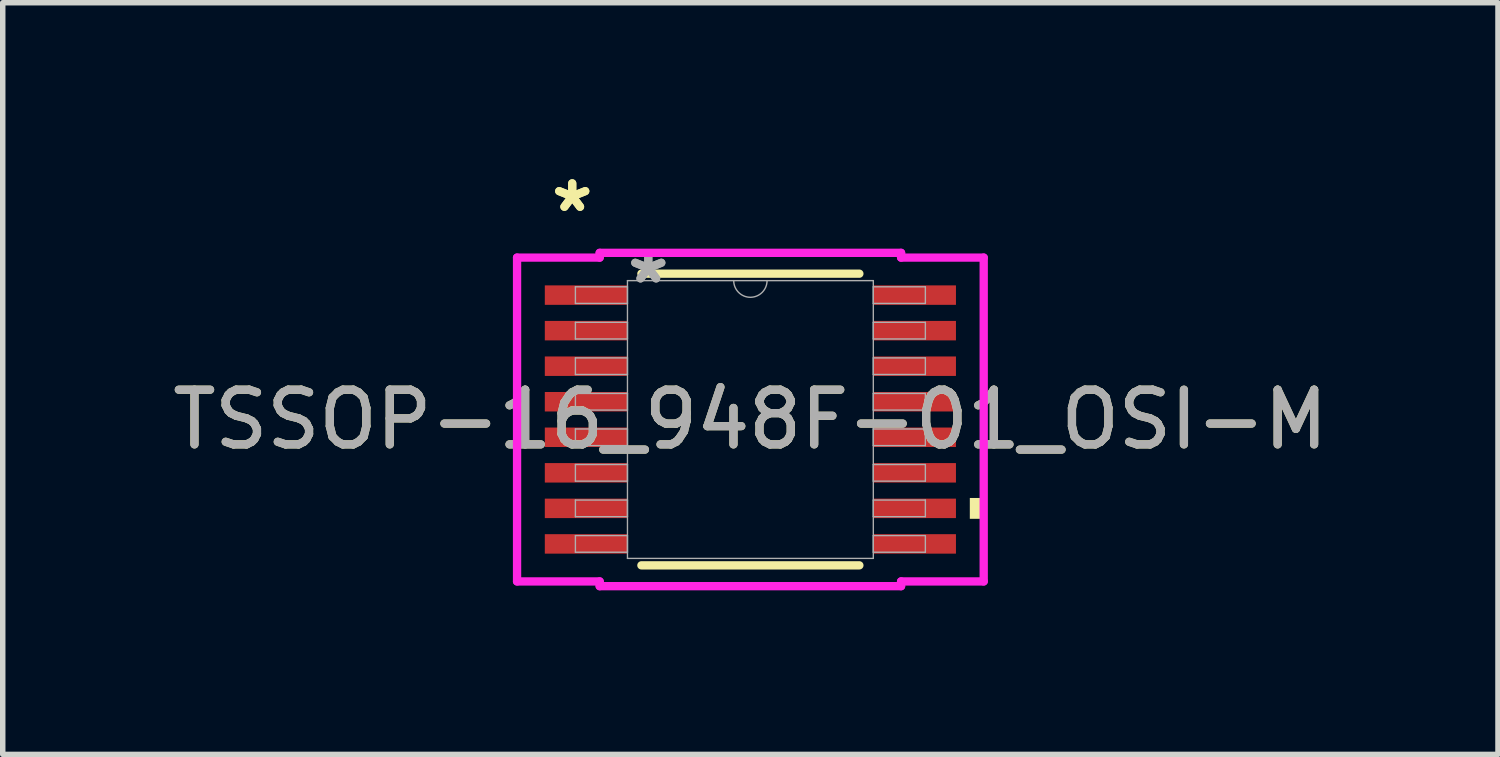
<source format=kicad_pcb>
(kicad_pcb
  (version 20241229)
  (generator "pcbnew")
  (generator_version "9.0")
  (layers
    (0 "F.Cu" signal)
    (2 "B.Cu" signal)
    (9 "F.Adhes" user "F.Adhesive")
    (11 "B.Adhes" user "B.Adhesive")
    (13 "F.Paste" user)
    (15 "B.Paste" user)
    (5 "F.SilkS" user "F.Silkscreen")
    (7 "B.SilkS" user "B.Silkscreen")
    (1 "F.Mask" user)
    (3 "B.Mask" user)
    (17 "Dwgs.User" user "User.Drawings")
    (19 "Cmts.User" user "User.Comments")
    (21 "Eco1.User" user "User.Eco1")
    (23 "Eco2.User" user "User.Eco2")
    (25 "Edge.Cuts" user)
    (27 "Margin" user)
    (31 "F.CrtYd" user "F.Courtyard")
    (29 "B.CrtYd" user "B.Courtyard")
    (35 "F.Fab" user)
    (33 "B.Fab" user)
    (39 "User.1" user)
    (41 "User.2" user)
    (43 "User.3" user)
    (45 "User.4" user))
  (footprint "TSSOP-16_948F-01_OSI-M"
    (layer "F.Cu")
    (at 10.673 4.622)
    (property "Reference" "TSSOP-16_948F-01_OSI-M" (at 0 0 0) (unlocked yes) (layer "F.SilkS") (effects (font (size 1 1) (thickness 0.15))))
    (attr smd)
    (fp_line (start -1.993 2.667) (end 1.993 2.667) (stroke (width 0.152) (type solid)) (layer "F.SilkS"))
    (fp_line (start 1.993 -2.667) (end -1.993 -2.667) (stroke (width 0.152) (type solid)) (layer "F.SilkS"))
    (fp_poly (pts (xy 4.267 1.435) (xy 4.267 1.816) (xy 4.013 1.816) (xy 4.013 1.435)) (stroke (width 0) (type solid)) (fill yes) (layer "F.SilkS"))
    (fp_line (start -4.267 -2.961) (end -2.756 -2.961) (stroke (width 0.152) (type solid)) (layer "F.CrtYd"))
    (fp_line (start -4.267 2.961) (end -4.267 -2.961) (stroke (width 0.152) (type solid)) (layer "F.CrtYd"))
    (fp_line (start -4.267 2.961) (end -2.756 2.961) (stroke (width 0.152) (type solid)) (layer "F.CrtYd"))
    (fp_line (start -2.756 -3.048) (end 2.756 -3.048) (stroke (width 0.152) (type solid)) (layer "F.CrtYd"))
    (fp_line (start -2.756 -2.961) (end -2.756 -3.048) (stroke (width 0.152) (type solid)) (layer "F.CrtYd"))
    (fp_line (start -2.756 3.048) (end -2.756 2.961) (stroke (width 0.152) (type solid)) (layer "F.CrtYd"))
    (fp_line (start 2.756 -3.048) (end 2.756 -2.961) (stroke (width 0.152) (type solid)) (layer "F.CrtYd"))
    (fp_line (start 2.756 2.961) (end 2.756 3.048) (stroke (width 0.152) (type solid)) (layer "F.CrtYd"))
    (fp_line (start 2.756 3.048) (end -2.756 3.048) (stroke (width 0.152) (type solid)) (layer "F.CrtYd"))
    (fp_line (start 4.267 -2.961) (end 2.756 -2.961) (stroke (width 0.152) (type solid)) (layer "F.CrtYd"))
    (fp_line (start 4.267 -2.961) (end 4.267 2.961) (stroke (width 0.152) (type solid)) (layer "F.CrtYd"))
    (fp_line (start 4.267 2.961) (end 2.756 2.961) (stroke (width 0.152) (type solid)) (layer "F.CrtYd"))
    (fp_line (start -3.2 -2.427) (end -3.2 -2.123) (stroke (width 0.025) (type solid)) (layer "F.Fab"))
    (fp_line (start -3.2 -2.123) (end -2.248 -2.123) (stroke (width 0.025) (type solid)) (layer "F.Fab"))
    (fp_line (start -3.2 -1.777) (end -3.2 -1.473) (stroke (width 0.025) (type solid)) (layer "F.Fab"))
    (fp_line (start -3.2 -1.473) (end -2.248 -1.473) (stroke (width 0.025) (type solid)) (layer "F.Fab"))
    (fp_line (start -3.2 -1.127) (end -3.2 -0.823) (stroke (width 0.025) (type solid)) (layer "F.Fab"))
    (fp_line (start -3.2 -0.823) (end -2.248 -0.823) (stroke (width 0.025) (type solid)) (layer "F.Fab"))
    (fp_line (start -3.2 -0.477) (end -3.2 -0.173) (stroke (width 0.025) (type solid)) (layer "F.Fab"))
    (fp_line (start -3.2 -0.173) (end -2.248 -0.173) (stroke (width 0.025) (type solid)) (layer "F.Fab"))
    (fp_line (start -3.2 0.173) (end -3.2 0.477) (stroke (width 0.025) (type solid)) (layer "F.Fab"))
    (fp_line (start -3.2 0.477) (end -2.248 0.477) (stroke (width 0.025) (type solid)) (layer "F.Fab"))
    (fp_line (start -3.2 0.823) (end -3.2 1.127) (stroke (width 0.025) (type solid)) (layer "F.Fab"))
    (fp_line (start -3.2 1.127) (end -2.248 1.127) (stroke (width 0.025) (type solid)) (layer "F.Fab"))
    (fp_line (start -3.2 1.473) (end -3.2 1.777) (stroke (width 0.025) (type solid)) (layer "F.Fab"))
    (fp_line (start -3.2 1.777) (end -2.248 1.777) (stroke (width 0.025) (type solid)) (layer "F.Fab"))
    (fp_line (start -3.2 2.123) (end -3.2 2.427) (stroke (width 0.025) (type solid)) (layer "F.Fab"))
    (fp_line (start -3.2 2.427) (end -2.248 2.427) (stroke (width 0.025) (type solid)) (layer "F.Fab"))
    (fp_line (start -2.248 -2.54) (end -2.248 2.54) (stroke (width 0.025) (type solid)) (layer "F.Fab"))
    (fp_line (start -2.248 -2.427) (end -3.2 -2.427) (stroke (width 0.025) (type solid)) (layer "F.Fab"))
    (fp_line (start -2.248 -2.123) (end -2.248 -2.427) (stroke (width 0.025) (type solid)) (layer "F.Fab"))
    (fp_line (start -2.248 -1.777) (end -3.2 -1.777) (stroke (width 0.025) (type solid)) (layer "F.Fab"))
    (fp_line (start -2.248 -1.473) (end -2.248 -1.777) (stroke (width 0.025) (type solid)) (layer "F.Fab"))
    (fp_line (start -2.248 -1.127) (end -3.2 -1.127) (stroke (width 0.025) (type solid)) (layer "F.Fab"))
    (fp_line (start -2.248 -0.823) (end -2.248 -1.127) (stroke (width 0.025) (type solid)) (layer "F.Fab"))
    (fp_line (start -2.248 -0.477) (end -3.2 -0.477) (stroke (width 0.025) (type solid)) (layer "F.Fab"))
    (fp_line (start -2.248 -0.173) (end -2.248 -0.477) (stroke (width 0.025) (type solid)) (layer "F.Fab"))
    (fp_line (start -2.248 0.173) (end -3.2 0.173) (stroke (width 0.025) (type solid)) (layer "F.Fab"))
    (fp_line (start -2.248 0.477) (end -2.248 0.173) (stroke (width 0.025) (type solid)) (layer "F.Fab"))
    (fp_line (start -2.248 0.823) (end -3.2 0.823) (stroke (width 0.025) (type solid)) (layer "F.Fab"))
    (fp_line (start -2.248 1.127) (end -2.248 0.823) (stroke (width 0.025) (type solid)) (layer "F.Fab"))
    (fp_line (start -2.248 1.473) (end -3.2 1.473) (stroke (width 0.025) (type solid)) (layer "F.Fab"))
    (fp_line (start -2.248 1.777) (end -2.248 1.473) (stroke (width 0.025) (type solid)) (layer "F.Fab"))
    (fp_line (start -2.248 2.123) (end -3.2 2.123) (stroke (width 0.025) (type solid)) (layer "F.Fab"))
    (fp_line (start -2.248 2.427) (end -2.248 2.123) (stroke (width 0.025) (type solid)) (layer "F.Fab"))
    (fp_line (start -2.248 2.54) (end 2.248 2.54) (stroke (width 0.025) (type solid)) (layer "F.Fab"))
    (fp_line (start 2.248 -2.54) (end -2.248 -2.54) (stroke (width 0.025) (type solid)) (layer "F.Fab"))
    (fp_line (start 2.248 -2.427) (end 2.248 -2.123) (stroke (width 0.025) (type solid)) (layer "F.Fab"))
    (fp_line (start 2.248 -2.123) (end 3.2 -2.123) (stroke (width 0.025) (type solid)) (layer "F.Fab"))
    (fp_line (start 2.248 -1.777) (end 2.248 -1.473) (stroke (width 0.025) (type solid)) (layer "F.Fab"))
    (fp_line (start 2.248 -1.473) (end 3.2 -1.473) (stroke (width 0.025) (type solid)) (layer "F.Fab"))
    (fp_line (start 2.248 -1.127) (end 2.248 -0.823) (stroke (width 0.025) (type solid)) (layer "F.Fab"))
    (fp_line (start 2.248 -0.823) (end 3.2 -0.823) (stroke (width 0.025) (type solid)) (layer "F.Fab"))
    (fp_line (start 2.248 -0.477) (end 2.248 -0.173) (stroke (width 0.025) (type solid)) (layer "F.Fab"))
    (fp_line (start 2.248 -0.173) (end 3.2 -0.173) (stroke (width 0.025) (type solid)) (layer "F.Fab"))
    (fp_line (start 2.248 0.173) (end 2.248 0.477) (stroke (width 0.025) (type solid)) (layer "F.Fab"))
    (fp_line (start 2.248 0.477) (end 3.2 0.477) (stroke (width 0.025) (type solid)) (layer "F.Fab"))
    (fp_line (start 2.248 0.823) (end 2.248 1.127) (stroke (width 0.025) (type solid)) (layer "F.Fab"))
    (fp_line (start 2.248 1.127) (end 3.2 1.127) (stroke (width 0.025) (type solid)) (layer "F.Fab"))
    (fp_line (start 2.248 1.473) (end 2.248 1.777) (stroke (width 0.025) (type solid)) (layer "F.Fab"))
    (fp_line (start 2.248 1.777) (end 3.2 1.777) (stroke (width 0.025) (type solid)) (layer "F.Fab"))
    (fp_line (start 2.248 2.123) (end 2.248 2.427) (stroke (width 0.025) (type solid)) (layer "F.Fab"))
    (fp_line (start 2.248 2.427) (end 3.2 2.427) (stroke (width 0.025) (type solid)) (layer "F.Fab"))
    (fp_line (start 2.248 2.54) (end 2.248 -2.54) (stroke (width 0.025) (type solid)) (layer "F.Fab"))
    (fp_line (start 3.2 -2.427) (end 2.248 -2.427) (stroke (width 0.025) (type solid)) (layer "F.Fab"))
    (fp_line (start 3.2 -2.123) (end 3.2 -2.427) (stroke (width 0.025) (type solid)) (layer "F.Fab"))
    (fp_line (start 3.2 -1.777) (end 2.248 -1.777) (stroke (width 0.025) (type solid)) (layer "F.Fab"))
    (fp_line (start 3.2 -1.473) (end 3.2 -1.777) (stroke (width 0.025) (type solid)) (layer "F.Fab"))
    (fp_line (start 3.2 -1.127) (end 2.248 -1.127) (stroke (width 0.025) (type solid)) (layer "F.Fab"))
    (fp_line (start 3.2 -0.823) (end 3.2 -1.127) (stroke (width 0.025) (type solid)) (layer "F.Fab"))
    (fp_line (start 3.2 -0.477) (end 2.248 -0.477) (stroke (width 0.025) (type solid)) (layer "F.Fab"))
    (fp_line (start 3.2 -0.173) (end 3.2 -0.477) (stroke (width 0.025) (type solid)) (layer "F.Fab"))
    (fp_line (start 3.2 0.173) (end 2.248 0.173) (stroke (width 0.025) (type solid)) (layer "F.Fab"))
    (fp_line (start 3.2 0.477) (end 3.2 0.173) (stroke (width 0.025) (type solid)) (layer "F.Fab"))
    (fp_line (start 3.2 0.823) (end 2.248 0.823) (stroke (width 0.025) (type solid)) (layer "F.Fab"))
    (fp_line (start 3.2 1.127) (end 3.2 0.823) (stroke (width 0.025) (type solid)) (layer "F.Fab"))
    (fp_line (start 3.2 1.473) (end 2.248 1.473) (stroke (width 0.025) (type solid)) (layer "F.Fab"))
    (fp_line (start 3.2 1.777) (end 3.2 1.473) (stroke (width 0.025) (type solid)) (layer "F.Fab"))
    (fp_line (start 3.2 2.123) (end 2.248 2.123) (stroke (width 0.025) (type solid)) (layer "F.Fab"))
    (fp_line (start 3.2 2.427) (end 3.2 2.123) (stroke (width 0.025) (type solid)) (layer "F.Fab"))
    (fp_arc (start 0.3048 -2.54) (mid 0 -2.2352) (end -0.3048 -2.54) (stroke (width 0.0254) (type solid)) (layer "F.Fab"))
    (fp_text user "*" (at -3.258 -3.774 0) (layer "F.SilkS") (effects (font (size 1 1) (thickness 0.15))))
    (fp_text user "*" (at -3.258 -3.774 0) (unlocked yes) (layer "F.SilkS") (effects (font (size 1 1) (thickness 0.15))))
    (fp_text user "${REFERENCE}" (at 0 0 0) (unlocked yes) (layer "F.Fab") (effects (font (size 1 1) (thickness 0.15))))
    (fp_text user "*" (at -1.867 -2.464 0) (layer "F.Fab") (effects (font (size 1 1) (thickness 0.15))))
    (fp_text user "*" (at -1.867 -2.464 0) (unlocked yes) (layer "F.Fab") (effects (font (size 1 1) (thickness 0.15))))
    (pad "1" smd rect (at -3.004 -2.275) (size 1.511 0.356) (layers "F.Cu" "F.Mask" "F.Paste"))
    (pad "2" smd rect (at -3.004 -1.625) (size 1.511 0.356) (layers "F.Cu" "F.Mask" "F.Paste"))
    (pad "3" smd rect (at -3.004 -0.975) (size 1.511 0.356) (layers "F.Cu" "F.Mask" "F.Paste"))
    (pad "4" smd rect (at -3.004 -0.325) (size 1.511 0.356) (layers "F.Cu" "F.Mask" "F.Paste"))
    (pad "5" smd rect (at -3.004 0.325) (size 1.511 0.356) (layers "F.Cu" "F.Mask" "F.Paste"))
    (pad "6" smd rect (at -3.004 0.975) (size 1.511 0.356) (layers "F.Cu" "F.Mask" "F.Paste"))
    (pad "7" smd rect (at -3.004 1.625) (size 1.511 0.356) (layers "F.Cu" "F.Mask" "F.Paste"))
    (pad "8" smd rect (at -3.004 2.275) (size 1.511 0.356) (layers "F.Cu" "F.Mask" "F.Paste"))
    (pad "9" smd rect (at 3.004 2.275) (size 1.511 0.356) (layers "F.Cu" "F.Mask" "F.Paste"))
    (pad "10" smd rect (at 3.004 1.625) (size 1.511 0.356) (layers "F.Cu" "F.Mask" "F.Paste"))
    (pad "11" smd rect (at 3.004 0.975) (size 1.511 0.356) (layers "F.Cu" "F.Mask" "F.Paste"))
    (pad "12" smd rect (at 3.004 0.325) (size 1.511 0.356) (layers "F.Cu" "F.Mask" "F.Paste"))
    (pad "13" smd rect (at 3.004 -0.325) (size 1.511 0.356) (layers "F.Cu" "F.Mask" "F.Paste"))
    (pad "14" smd rect (at 3.004 -0.975) (size 1.511 0.356) (layers "F.Cu" "F.Mask" "F.Paste"))
    (pad "15" smd rect (at 3.004 -1.625) (size 1.511 0.356) (layers "F.Cu" "F.Mask" "F.Paste"))
    (pad "16" smd rect (at 3.004 -2.275) (size 1.511 0.356) (layers "F.Cu" "F.Mask" "F.Paste")))
  (gr_rect
    (start -3 -3)
    (end 24.345 10.746)
    (stroke (width 0.1) (type default))
    (fill no)
    (layer "Edge.Cuts")))
</source>
